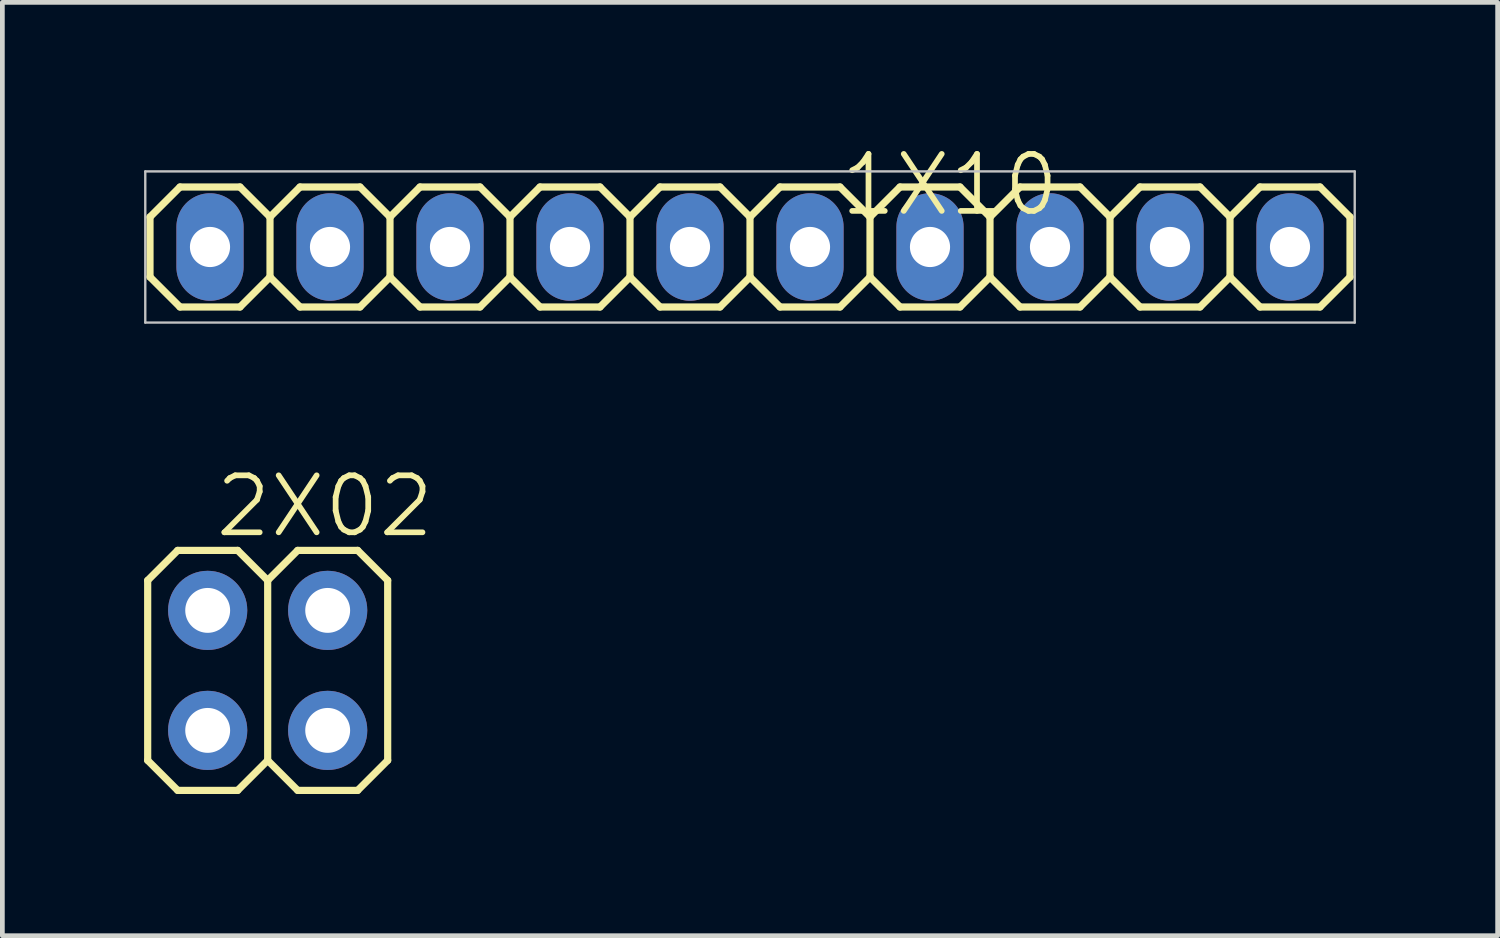
<source format=kicad_pcb>
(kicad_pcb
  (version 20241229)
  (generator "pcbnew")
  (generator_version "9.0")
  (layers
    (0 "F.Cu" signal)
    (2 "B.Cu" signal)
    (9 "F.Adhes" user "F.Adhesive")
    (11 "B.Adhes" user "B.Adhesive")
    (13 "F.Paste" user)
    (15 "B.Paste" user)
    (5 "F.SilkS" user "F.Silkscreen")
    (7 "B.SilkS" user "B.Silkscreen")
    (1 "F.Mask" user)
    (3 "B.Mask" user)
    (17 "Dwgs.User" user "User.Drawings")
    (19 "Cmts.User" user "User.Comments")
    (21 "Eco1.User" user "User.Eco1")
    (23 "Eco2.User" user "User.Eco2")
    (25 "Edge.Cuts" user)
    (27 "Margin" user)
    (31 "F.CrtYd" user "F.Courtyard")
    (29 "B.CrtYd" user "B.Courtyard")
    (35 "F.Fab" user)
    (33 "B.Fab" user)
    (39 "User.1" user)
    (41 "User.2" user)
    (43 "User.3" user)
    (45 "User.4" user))
  (footprint "1X10"
    (layer "F.Cu")
    (at 12.825 2.178)
    (property "Reference" "1X10" (at 1.854 -0.61 0) (layer "F.SilkS") (effects (font (size 1.206 1.206) (thickness 0.121)) (justify left bottom)))
    (attr through_hole)
    (fp_line (start -12.7 -0.635) (end -12.7 0.635) (stroke (width 0.152) (type solid)) (layer "F.SilkS"))
    (fp_line (start -12.7 0.635) (end -12.065 1.27) (stroke (width 0.152) (type solid)) (layer "F.SilkS"))
    (fp_line (start -12.065 -1.27) (end -12.7 -0.635) (stroke (width 0.152) (type solid)) (layer "F.SilkS"))
    (fp_line (start -12.065 -1.27) (end -10.795 -1.27) (stroke (width 0.152) (type solid)) (layer "F.SilkS"))
    (fp_line (start -10.795 -1.27) (end -10.16 -0.635) (stroke (width 0.152) (type solid)) (layer "F.SilkS"))
    (fp_line (start -10.795 1.27) (end -12.065 1.27) (stroke (width 0.152) (type solid)) (layer "F.SilkS"))
    (fp_line (start -10.16 -0.635) (end -10.16 0.635) (stroke (width 0.152) (type solid)) (layer "F.SilkS"))
    (fp_line (start -10.16 -0.635) (end -9.525 -1.27) (stroke (width 0.152) (type solid)) (layer "F.SilkS"))
    (fp_line (start -10.16 0.635) (end -10.795 1.27) (stroke (width 0.152) (type solid)) (layer "F.SilkS"))
    (fp_line (start -9.525 -1.27) (end -8.255 -1.27) (stroke (width 0.152) (type solid)) (layer "F.SilkS"))
    (fp_line (start -9.525 1.27) (end -10.16 0.635) (stroke (width 0.152) (type solid)) (layer "F.SilkS"))
    (fp_line (start -8.255 -1.27) (end -7.62 -0.635) (stroke (width 0.152) (type solid)) (layer "F.SilkS"))
    (fp_line (start -8.255 1.27) (end -9.525 1.27) (stroke (width 0.152) (type solid)) (layer "F.SilkS"))
    (fp_line (start -7.62 -0.635) (end -7.62 0.635) (stroke (width 0.152) (type solid)) (layer "F.SilkS"))
    (fp_line (start -7.62 -0.635) (end -6.985 -1.27) (stroke (width 0.152) (type solid)) (layer "F.SilkS"))
    (fp_line (start -7.62 0.635) (end -8.255 1.27) (stroke (width 0.152) (type solid)) (layer "F.SilkS"))
    (fp_line (start -6.985 -1.27) (end -5.715 -1.27) (stroke (width 0.152) (type solid)) (layer "F.SilkS"))
    (fp_line (start -6.985 1.27) (end -7.62 0.635) (stroke (width 0.152) (type solid)) (layer "F.SilkS"))
    (fp_line (start -5.715 -1.27) (end -5.08 -0.635) (stroke (width 0.152) (type solid)) (layer "F.SilkS"))
    (fp_line (start -5.715 1.27) (end -6.985 1.27) (stroke (width 0.152) (type solid)) (layer "F.SilkS"))
    (fp_line (start -5.08 -0.635) (end -5.08 0.635) (stroke (width 0.152) (type solid)) (layer "F.SilkS"))
    (fp_line (start -5.08 0.635) (end -5.715 1.27) (stroke (width 0.152) (type solid)) (layer "F.SilkS"))
    (fp_line (start -5.08 0.635) (end -4.445 1.27) (stroke (width 0.152) (type solid)) (layer "F.SilkS"))
    (fp_line (start -4.445 -1.27) (end -5.08 -0.635) (stroke (width 0.152) (type solid)) (layer "F.SilkS"))
    (fp_line (start -4.445 -1.27) (end -3.175 -1.27) (stroke (width 0.152) (type solid)) (layer "F.SilkS"))
    (fp_line (start -3.175 -1.27) (end -2.54 -0.635) (stroke (width 0.152) (type solid)) (layer "F.SilkS"))
    (fp_line (start -3.175 1.27) (end -4.445 1.27) (stroke (width 0.152) (type solid)) (layer "F.SilkS"))
    (fp_line (start -2.54 -0.635) (end -2.54 0.635) (stroke (width 0.152) (type solid)) (layer "F.SilkS"))
    (fp_line (start -2.54 -0.635) (end -1.905 -1.27) (stroke (width 0.152) (type solid)) (layer "F.SilkS"))
    (fp_line (start -2.54 0.635) (end -3.175 1.27) (stroke (width 0.152) (type solid)) (layer "F.SilkS"))
    (fp_line (start -1.905 -1.27) (end -0.635 -1.27) (stroke (width 0.152) (type solid)) (layer "F.SilkS"))
    (fp_line (start -1.905 1.27) (end -2.54 0.635) (stroke (width 0.152) (type solid)) (layer "F.SilkS"))
    (fp_line (start -0.635 -1.27) (end 0 -0.635) (stroke (width 0.152) (type solid)) (layer "F.SilkS"))
    (fp_line (start -0.635 1.27) (end -1.905 1.27) (stroke (width 0.152) (type solid)) (layer "F.SilkS"))
    (fp_line (start 0 -0.635) (end 0 0.635) (stroke (width 0.152) (type solid)) (layer "F.SilkS"))
    (fp_line (start 0 -0.635) (end 0.635 -1.27) (stroke (width 0.152) (type solid)) (layer "F.SilkS"))
    (fp_line (start 0 0.635) (end -0.635 1.27) (stroke (width 0.152) (type solid)) (layer "F.SilkS"))
    (fp_line (start 0.635 -1.27) (end 1.905 -1.27) (stroke (width 0.152) (type solid)) (layer "F.SilkS"))
    (fp_line (start 0.635 1.27) (end 0 0.635) (stroke (width 0.152) (type solid)) (layer "F.SilkS"))
    (fp_line (start 1.905 -1.27) (end 2.54 -0.635) (stroke (width 0.152) (type solid)) (layer "F.SilkS"))
    (fp_line (start 1.905 1.27) (end 0.635 1.27) (stroke (width 0.152) (type solid)) (layer "F.SilkS"))
    (fp_line (start 2.54 -0.635) (end 2.54 0.635) (stroke (width 0.152) (type solid)) (layer "F.SilkS"))
    (fp_line (start 2.54 0.635) (end 1.905 1.27) (stroke (width 0.152) (type solid)) (layer "F.SilkS"))
    (fp_line (start 2.54 0.635) (end 3.175 1.27) (stroke (width 0.152) (type solid)) (layer "F.SilkS"))
    (fp_line (start 3.175 -1.27) (end 2.54 -0.635) (stroke (width 0.152) (type solid)) (layer "F.SilkS"))
    (fp_line (start 3.175 -1.27) (end 4.445 -1.27) (stroke (width 0.152) (type solid)) (layer "F.SilkS"))
    (fp_line (start 4.445 -1.27) (end 5.08 -0.635) (stroke (width 0.152) (type solid)) (layer "F.SilkS"))
    (fp_line (start 4.445 1.27) (end 3.175 1.27) (stroke (width 0.152) (type solid)) (layer "F.SilkS"))
    (fp_line (start 5.08 -0.635) (end 5.08 0.635) (stroke (width 0.152) (type solid)) (layer "F.SilkS"))
    (fp_line (start 5.08 -0.635) (end 5.715 -1.27) (stroke (width 0.152) (type solid)) (layer "F.SilkS"))
    (fp_line (start 5.08 0.635) (end 4.445 1.27) (stroke (width 0.152) (type solid)) (layer "F.SilkS"))
    (fp_line (start 5.715 -1.27) (end 6.985 -1.27) (stroke (width 0.152) (type solid)) (layer "F.SilkS"))
    (fp_line (start 5.715 1.27) (end 5.08 0.635) (stroke (width 0.152) (type solid)) (layer "F.SilkS"))
    (fp_line (start 6.985 -1.27) (end 7.62 -0.635) (stroke (width 0.152) (type solid)) (layer "F.SilkS"))
    (fp_line (start 6.985 1.27) (end 5.715 1.27) (stroke (width 0.152) (type solid)) (layer "F.SilkS"))
    (fp_line (start 7.62 -0.635) (end 7.62 0.635) (stroke (width 0.152) (type solid)) (layer "F.SilkS"))
    (fp_line (start 7.62 -0.635) (end 8.255 -1.27) (stroke (width 0.152) (type solid)) (layer "F.SilkS"))
    (fp_line (start 7.62 0.635) (end 6.985 1.27) (stroke (width 0.152) (type solid)) (layer "F.SilkS"))
    (fp_line (start 8.255 -1.27) (end 9.525 -1.27) (stroke (width 0.152) (type solid)) (layer "F.SilkS"))
    (fp_line (start 8.255 1.27) (end 7.62 0.635) (stroke (width 0.152) (type solid)) (layer "F.SilkS"))
    (fp_line (start 9.525 -1.27) (end 10.16 -0.635) (stroke (width 0.152) (type solid)) (layer "F.SilkS"))
    (fp_line (start 9.525 1.27) (end 8.255 1.27) (stroke (width 0.152) (type solid)) (layer "F.SilkS"))
    (fp_line (start 10.16 -0.635) (end 10.16 0.635) (stroke (width 0.152) (type solid)) (layer "F.SilkS"))
    (fp_line (start 10.16 0.635) (end 9.525 1.27) (stroke (width 0.152) (type solid)) (layer "F.SilkS"))
    (fp_line (start 10.16 0.635) (end 10.795 1.27) (stroke (width 0.152) (type solid)) (layer "F.SilkS"))
    (fp_line (start 10.795 -1.27) (end 10.16 -0.635) (stroke (width 0.152) (type solid)) (layer "F.SilkS"))
    (fp_line (start 10.795 -1.27) (end 12.065 -1.27) (stroke (width 0.152) (type solid)) (layer "F.SilkS"))
    (fp_line (start 12.065 -1.27) (end 12.7 -0.635) (stroke (width 0.152) (type solid)) (layer "F.SilkS"))
    (fp_line (start 12.065 1.27) (end 10.795 1.27) (stroke (width 0.152) (type solid)) (layer "F.SilkS"))
    (fp_line (start 12.7 -0.635) (end 12.7 0.635) (stroke (width 0.152) (type solid)) (layer "F.SilkS"))
    (fp_line (start 12.7 0.635) (end 12.065 1.27) (stroke (width 0.152) (type solid)) (layer "F.SilkS"))
    (fp_line (start -12.8 -1.6) (end 12.8 -1.6) (stroke (width 0.05) (type solid)) (layer "Dwgs.User"))
    (fp_line (start -12.8 1.6) (end -12.8 -1.6) (stroke (width 0.05) (type solid)) (layer "Dwgs.User"))
    (fp_line (start 12.8 -1.6) (end 12.8 1.6) (stroke (width 0.05) (type solid)) (layer "Dwgs.User"))
    (fp_line (start 12.8 1.6) (end -12.8 1.6) (stroke (width 0.05) (type solid)) (layer "Dwgs.User"))
    (fp_poly (pts (xy -11.684 0.254) (xy -11.176 0.254) (xy -11.176 -0.254) (xy -11.684 -0.254)) (stroke (width 0.1) (type solid)) (fill no) (layer "F.Fab"))
    (fp_poly (pts (xy -9.144 0.254) (xy -8.636 0.254) (xy -8.636 -0.254) (xy -9.144 -0.254)) (stroke (width 0.1) (type solid)) (fill no) (layer "F.Fab"))
    (fp_poly (pts (xy -6.604 0.254) (xy -6.096 0.254) (xy -6.096 -0.254) (xy -6.604 -0.254)) (stroke (width 0.1) (type solid)) (fill no) (layer "F.Fab"))
    (fp_poly (pts (xy -4.064 0.254) (xy -3.556 0.254) (xy -3.556 -0.254) (xy -4.064 -0.254)) (stroke (width 0.1) (type solid)) (fill no) (layer "F.Fab"))
    (fp_poly (pts (xy -1.524 0.254) (xy -1.016 0.254) (xy -1.016 -0.254) (xy -1.524 -0.254)) (stroke (width 0.1) (type solid)) (fill no) (layer "F.Fab"))
    (fp_poly (pts (xy 1.016 0.254) (xy 1.524 0.254) (xy 1.524 -0.254) (xy 1.016 -0.254)) (stroke (width 0.1) (type solid)) (fill no) (layer "F.Fab"))
    (fp_poly (pts (xy 3.556 0.254) (xy 4.064 0.254) (xy 4.064 -0.254) (xy 3.556 -0.254)) (stroke (width 0.1) (type solid)) (fill no) (layer "F.Fab"))
    (fp_poly (pts (xy 6.096 0.254) (xy 6.604 0.254) (xy 6.604 -0.254) (xy 6.096 -0.254)) (stroke (width 0.1) (type solid)) (fill no) (layer "F.Fab"))
    (fp_poly (pts (xy 8.636 0.254) (xy 9.144 0.254) (xy 9.144 -0.254) (xy 8.636 -0.254)) (stroke (width 0.1) (type solid)) (fill no) (layer "F.Fab"))
    (fp_poly (pts (xy 11.176 0.254) (xy 11.684 0.254) (xy 11.684 -0.254) (xy 11.176 -0.254)) (stroke (width 0.1) (type solid)) (fill no) (layer "F.Fab"))
    (pad "1" thru_hole oval (at -11.43 0 90) (size 2.276 1.422) (drill 0.85) (layers "*.Cu" "*.Mask"))
    (pad "2" thru_hole oval (at -8.89 0 90) (size 2.276 1.422) (drill 0.85) (layers "*.Cu" "*.Mask"))
    (pad "3" thru_hole oval (at -6.35 0 90) (size 2.276 1.422) (drill 0.85) (layers "*.Cu" "*.Mask"))
    (pad "4" thru_hole oval (at -3.81 0 90) (size 2.276 1.422) (drill 0.85) (layers "*.Cu" "*.Mask"))
    (pad "5" thru_hole oval (at -1.27 0 90) (size 2.276 1.422) (drill 0.85) (layers "*.Cu" "*.Mask"))
    (pad "6" thru_hole oval (at 1.27 0 90) (size 2.276 1.422) (drill 0.85) (layers "*.Cu" "*.Mask"))
    (pad "7" thru_hole oval (at 3.81 0 90) (size 2.276 1.422) (drill 0.85) (layers "*.Cu" "*.Mask"))
    (pad "8" thru_hole oval (at 6.35 0 90) (size 2.276 1.422) (drill 0.85) (layers "*.Cu" "*.Mask"))
    (pad "9" thru_hole oval (at 8.89 0 90) (size 2.276 1.422) (drill 0.85) (layers "*.Cu" "*.Mask"))
    (pad "10" thru_hole oval (at 11.43 0 90) (size 2.276 1.422) (drill 0.85) (layers "*.Cu" "*.Mask")))
  (footprint "2X02"
    (layer "F.Cu")
    (at 2.616 11.14)
    (property "Reference" "2X02" (at -1.168 -2.769 0) (layer "F.SilkS") (effects (font (size 1.206 1.206) (thickness 0.121)) (justify left bottom)))
    (attr through_hole)
    (fp_line (start -2.54 -1.905) (end -1.905 -2.54) (stroke (width 0.152) (type solid)) (layer "F.SilkS"))
    (fp_line (start -2.54 1.905) (end -2.54 -1.905) (stroke (width 0.152) (type solid)) (layer "F.SilkS"))
    (fp_line (start -2.54 1.905) (end -1.905 2.54) (stroke (width 0.152) (type solid)) (layer "F.SilkS"))
    (fp_line (start -1.905 -2.54) (end -0.635 -2.54) (stroke (width 0.152) (type solid)) (layer "F.SilkS"))
    (fp_line (start -1.905 2.54) (end -0.635 2.54) (stroke (width 0.152) (type solid)) (layer "F.SilkS"))
    (fp_line (start -0.635 -2.54) (end 0 -1.905) (stroke (width 0.152) (type solid)) (layer "F.SilkS"))
    (fp_line (start -0.635 2.54) (end 0 1.905) (stroke (width 0.152) (type solid)) (layer "F.SilkS"))
    (fp_line (start 0 -1.905) (end 0 1.905) (stroke (width 0.152) (type solid)) (layer "F.SilkS"))
    (fp_line (start 0 -1.905) (end 0.635 -2.54) (stroke (width 0.152) (type solid)) (layer "F.SilkS"))
    (fp_line (start 0 1.905) (end 0.635 2.54) (stroke (width 0.152) (type solid)) (layer "F.SilkS"))
    (fp_line (start 0.635 -2.54) (end 1.905 -2.54) (stroke (width 0.152) (type solid)) (layer "F.SilkS"))
    (fp_line (start 0.635 2.54) (end 1.905 2.54) (stroke (width 0.152) (type solid)) (layer "F.SilkS"))
    (fp_line (start 1.905 -2.54) (end 2.54 -1.905) (stroke (width 0.152) (type solid)) (layer "F.SilkS"))
    (fp_line (start 1.905 2.54) (end 2.54 1.905) (stroke (width 0.152) (type solid)) (layer "F.SilkS"))
    (fp_line (start 2.54 -1.905) (end 2.54 1.905) (stroke (width 0.152) (type solid)) (layer "F.SilkS"))
    (fp_poly (pts (xy -1.524 -1.016) (xy -1.016 -1.016) (xy -1.016 -1.524) (xy -1.524 -1.524)) (stroke (width 0.1) (type solid)) (fill no) (layer "F.Fab"))
    (fp_poly (pts (xy -1.524 1.524) (xy -1.016 1.524) (xy -1.016 1.016) (xy -1.524 1.016)) (stroke (width 0.1) (type solid)) (fill no) (layer "F.Fab"))
    (fp_poly (pts (xy 1.016 -1.016) (xy 1.524 -1.016) (xy 1.524 -1.524) (xy 1.016 -1.524)) (stroke (width 0.1) (type solid)) (fill no) (layer "F.Fab"))
    (fp_poly (pts (xy 1.016 1.524) (xy 1.524 1.524) (xy 1.524 1.016) (xy 1.016 1.016)) (stroke (width 0.1) (type solid)) (fill no) (layer "F.Fab"))
    (pad "1" thru_hole circle (at -1.27 1.27) (size 1.676 1.676) (drill 0.95) (layers "*.Cu" "*.Mask"))
    (pad "2" thru_hole circle (at -1.27 -1.27) (size 1.676 1.676) (drill 0.95) (layers "*.Cu" "*.Mask"))
    (pad "3" thru_hole circle (at 1.27 1.27) (size 1.676 1.676) (drill 0.95) (layers "*.Cu" "*.Mask"))
    (pad "4" thru_hole circle (at 1.27 -1.27) (size 1.676 1.676) (drill 0.95) (layers "*.Cu" "*.Mask")))
  (gr_rect
    (start -3 -3)
    (end 28.65 16.756)
    (stroke (width 0.1) (type default))
    (fill no)
    (layer "Edge.Cuts")))
</source>
